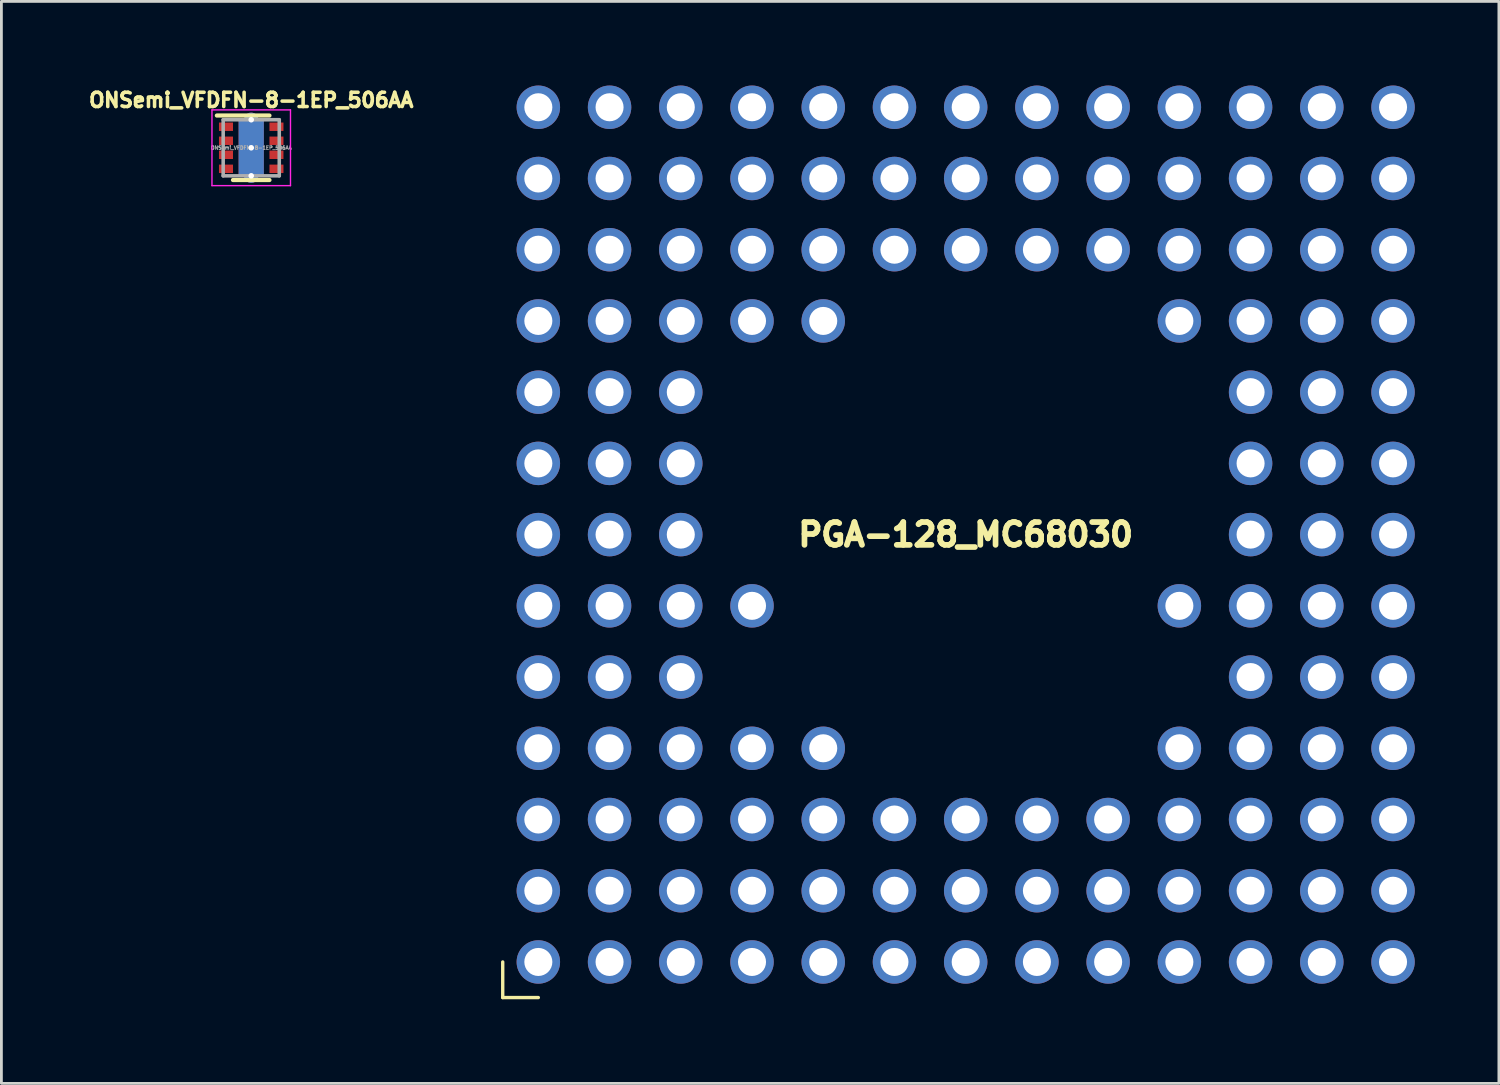
<source format=kicad_pcb>
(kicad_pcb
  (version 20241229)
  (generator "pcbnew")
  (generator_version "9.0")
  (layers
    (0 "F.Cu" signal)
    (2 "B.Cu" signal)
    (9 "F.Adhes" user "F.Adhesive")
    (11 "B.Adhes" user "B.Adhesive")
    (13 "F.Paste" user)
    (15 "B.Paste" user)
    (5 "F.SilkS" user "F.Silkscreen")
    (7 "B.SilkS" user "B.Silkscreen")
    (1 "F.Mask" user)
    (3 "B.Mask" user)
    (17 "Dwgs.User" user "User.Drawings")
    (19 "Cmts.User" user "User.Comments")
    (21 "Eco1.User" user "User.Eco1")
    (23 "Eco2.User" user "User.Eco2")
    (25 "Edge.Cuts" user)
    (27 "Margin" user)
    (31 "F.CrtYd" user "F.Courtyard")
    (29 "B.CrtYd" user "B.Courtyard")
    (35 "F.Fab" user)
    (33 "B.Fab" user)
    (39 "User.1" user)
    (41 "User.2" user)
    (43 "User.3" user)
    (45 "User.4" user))
  (footprint "PGA-128_MC68030"
    (layer "F.Cu")
    (at 31.388 16.015)
    (property "Reference" "PGA-128_MC68030" (at 0 0 0) (layer "F.SilkS") (effects (font (size 0.813 0.813) (thickness 0.203))))
    (attr through_hole)
    (fp_line (start -16.51 15.24) (end -16.51 16.51) (stroke (width 0.12) (type solid)) (layer "F.SilkS"))
    (fp_line (start -16.51 16.51) (end -15.24 16.51) (stroke (width 0.12) (type solid)) (layer "F.SilkS"))
    (pad "A1" thru_hole circle (at -15.24 15.24) (size 1.55 1.55) (drill 1) (layers "*.Cu" "*.Mask"))
    (pad "A2" thru_hole circle (at -12.7 15.24) (size 1.55 1.55) (drill 1) (layers "*.Cu" "*.Mask"))
    (pad "A3" thru_hole circle (at -10.16 15.24) (size 1.55 1.55) (drill 1) (layers "*.Cu" "*.Mask"))
    (pad "A4" thru_hole circle (at -7.62 15.24) (size 1.55 1.55) (drill 1) (layers "*.Cu" "*.Mask"))
    (pad "A5" thru_hole circle (at -5.08 15.24) (size 1.55 1.55) (drill 1) (layers "*.Cu" "*.Mask"))
    (pad "A6" thru_hole circle (at -2.54 15.24) (size 1.55 1.55) (drill 1) (layers "*.Cu" "*.Mask"))
    (pad "A7" thru_hole circle (at 0 15.24) (size 1.55 1.55) (drill 1) (layers "*.Cu" "*.Mask"))
    (pad "A8" thru_hole circle (at 2.54 15.24) (size 1.55 1.55) (drill 1) (layers "*.Cu" "*.Mask"))
    (pad "A9" thru_hole circle (at 5.08 15.24) (size 1.55 1.55) (drill 1) (layers "*.Cu" "*.Mask"))
    (pad "A10" thru_hole circle (at 7.62 15.24) (size 1.55 1.55) (drill 1) (layers "*.Cu" "*.Mask"))
    (pad "A11" thru_hole circle (at 10.16 15.24) (size 1.55 1.55) (drill 1) (layers "*.Cu" "*.Mask"))
    (pad "A12" thru_hole circle (at 12.7 15.24) (size 1.55 1.55) (drill 1) (layers "*.Cu" "*.Mask"))
    (pad "A13" thru_hole circle (at 15.24 15.24) (size 1.55 1.55) (drill 1) (layers "*.Cu" "*.Mask"))
    (pad "B1" thru_hole circle (at -15.24 12.7) (size 1.55 1.55) (drill 1) (layers "*.Cu" "*.Mask"))
    (pad "B2" thru_hole circle (at -12.7 12.7) (size 1.55 1.55) (drill 1) (layers "*.Cu" "*.Mask"))
    (pad "B3" thru_hole circle (at -10.16 12.7) (size 1.55 1.55) (drill 1) (layers "*.Cu" "*.Mask"))
    (pad "B4" thru_hole circle (at -7.62 12.7) (size 1.55 1.55) (drill 1) (layers "*.Cu" "*.Mask"))
    (pad "B5" thru_hole circle (at -5.08 12.7) (size 1.55 1.55) (drill 1) (layers "*.Cu" "*.Mask"))
    (pad "B6" thru_hole circle (at -2.54 12.7) (size 1.55 1.55) (drill 1) (layers "*.Cu" "*.Mask"))
    (pad "B7" thru_hole circle (at 0 12.7) (size 1.55 1.55) (drill 1) (layers "*.Cu" "*.Mask"))
    (pad "B8" thru_hole circle (at 2.54 12.7) (size 1.55 1.55) (drill 1) (layers "*.Cu" "*.Mask"))
    (pad "B9" thru_hole circle (at 5.08 12.7) (size 1.55 1.55) (drill 1) (layers "*.Cu" "*.Mask"))
    (pad "B10" thru_hole circle (at 7.62 12.7) (size 1.55 1.55) (drill 1) (layers "*.Cu" "*.Mask"))
    (pad "B11" thru_hole circle (at 10.16 12.7) (size 1.55 1.55) (drill 1) (layers "*.Cu" "*.Mask"))
    (pad "B12" thru_hole circle (at 12.7 12.7) (size 1.55 1.55) (drill 1) (layers "*.Cu" "*.Mask"))
    (pad "B13" thru_hole circle (at 15.24 12.7) (size 1.55 1.55) (drill 1) (layers "*.Cu" "*.Mask"))
    (pad "C1" thru_hole circle (at -15.24 10.16) (size 1.55 1.55) (drill 1) (layers "*.Cu" "*.Mask"))
    (pad "C2" thru_hole circle (at -12.7 10.16) (size 1.55 1.55) (drill 1) (layers "*.Cu" "*.Mask"))
    (pad "C3" thru_hole circle (at -10.16 10.16) (size 1.55 1.55) (drill 1) (layers "*.Cu" "*.Mask"))
    (pad "C4" thru_hole circle (at -7.62 10.16) (size 1.55 1.55) (drill 1) (layers "*.Cu" "*.Mask"))
    (pad "C5" thru_hole circle (at -5.08 10.16) (size 1.55 1.55) (drill 1) (layers "*.Cu" "*.Mask"))
    (pad "C6" thru_hole circle (at -2.54 10.16) (size 1.55 1.55) (drill 1) (layers "*.Cu" "*.Mask"))
    (pad "C7" thru_hole circle (at 0 10.16) (size 1.55 1.55) (drill 1) (layers "*.Cu" "*.Mask"))
    (pad "C8" thru_hole circle (at 2.54 10.16) (size 1.55 1.55) (drill 1) (layers "*.Cu" "*.Mask"))
    (pad "C9" thru_hole circle (at 5.08 10.16) (size 1.55 1.55) (drill 1) (layers "*.Cu" "*.Mask"))
    (pad "C10" thru_hole circle (at 7.62 10.16) (size 1.55 1.55) (drill 1) (layers "*.Cu" "*.Mask"))
    (pad "C11" thru_hole circle (at 10.16 10.16) (size 1.55 1.55) (drill 1) (layers "*.Cu" "*.Mask"))
    (pad "C12" thru_hole circle (at 12.7 10.16) (size 1.55 1.55) (drill 1) (layers "*.Cu" "*.Mask"))
    (pad "C13" thru_hole circle (at 15.24 10.16) (size 1.55 1.55) (drill 1) (layers "*.Cu" "*.Mask"))
    (pad "D1" thru_hole circle (at -15.24 7.62) (size 1.55 1.55) (drill 1) (layers "*.Cu" "*.Mask"))
    (pad "D2" thru_hole circle (at -12.7 7.62) (size 1.55 1.55) (drill 1) (layers "*.Cu" "*.Mask"))
    (pad "D3" thru_hole circle (at -10.16 7.62) (size 1.55 1.55) (drill 1) (layers "*.Cu" "*.Mask"))
    (pad "D4" thru_hole circle (at -7.62 7.62) (size 1.55 1.55) (drill 1) (layers "*.Cu" "*.Mask"))
    (pad "D5" thru_hole circle (at -5.08 7.62) (size 1.55 1.55) (drill 1) (layers "*.Cu" "*.Mask"))
    (pad "D10" thru_hole circle (at 7.62 7.62) (size 1.55 1.55) (drill 1) (layers "*.Cu" "*.Mask"))
    (pad "D11" thru_hole circle (at 10.16 7.62) (size 1.55 1.55) (drill 1) (layers "*.Cu" "*.Mask"))
    (pad "D12" thru_hole circle (at 12.7 7.62) (size 1.55 1.55) (drill 1) (layers "*.Cu" "*.Mask"))
    (pad "D13" thru_hole circle (at 15.24 7.62) (size 1.55 1.55) (drill 1) (layers "*.Cu" "*.Mask"))
    (pad "E1" thru_hole circle (at -15.24 5.08) (size 1.55 1.55) (drill 1) (layers "*.Cu" "*.Mask"))
    (pad "E2" thru_hole circle (at -12.7 5.08) (size 1.55 1.55) (drill 1) (layers "*.Cu" "*.Mask"))
    (pad "E3" thru_hole circle (at -10.16 5.08) (size 1.55 1.55) (drill 1) (layers "*.Cu" "*.Mask"))
    (pad "E11" thru_hole circle (at 10.16 5.08) (size 1.55 1.55) (drill 1) (layers "*.Cu" "*.Mask"))
    (pad "E12" thru_hole circle (at 12.7 5.08) (size 1.55 1.55) (drill 1) (layers "*.Cu" "*.Mask"))
    (pad "E13" thru_hole circle (at 15.24 5.08) (size 1.55 1.55) (drill 1) (layers "*.Cu" "*.Mask"))
    (pad "F1" thru_hole circle (at -15.24 2.54) (size 1.55 1.55) (drill 1) (layers "*.Cu" "*.Mask"))
    (pad "F2" thru_hole circle (at -12.7 2.54) (size 1.55 1.55) (drill 1) (layers "*.Cu" "*.Mask"))
    (pad "F3" thru_hole circle (at -10.16 2.54) (size 1.55 1.55) (drill 1) (layers "*.Cu" "*.Mask"))
    (pad "F4" thru_hole circle (at -7.62 2.54) (size 1.55 1.55) (drill 1) (layers "*.Cu" "*.Mask"))
    (pad "F10" thru_hole circle (at 7.62 2.54) (size 1.55 1.55) (drill 1) (layers "*.Cu" "*.Mask"))
    (pad "F11" thru_hole circle (at 10.16 2.54) (size 1.55 1.55) (drill 1) (layers "*.Cu" "*.Mask"))
    (pad "F12" thru_hole circle (at 12.7 2.54) (size 1.55 1.55) (drill 1) (layers "*.Cu" "*.Mask"))
    (pad "F13" thru_hole circle (at 15.24 2.54) (size 1.55 1.55) (drill 1) (layers "*.Cu" "*.Mask"))
    (pad "G1" thru_hole circle (at -15.24 0) (size 1.55 1.55) (drill 1) (layers "*.Cu" "*.Mask"))
    (pad "G2" thru_hole circle (at -12.7 0) (size 1.55 1.55) (drill 1) (layers "*.Cu" "*.Mask"))
    (pad "G3" thru_hole circle (at -10.16 0) (size 1.55 1.55) (drill 1) (layers "*.Cu" "*.Mask"))
    (pad "G11" thru_hole circle (at 10.16 0) (size 1.55 1.55) (drill 1) (layers "*.Cu" "*.Mask"))
    (pad "G12" thru_hole circle (at 12.7 0) (size 1.55 1.55) (drill 1) (layers "*.Cu" "*.Mask"))
    (pad "G13" thru_hole circle (at 15.24 0) (size 1.55 1.55) (drill 1) (layers "*.Cu" "*.Mask"))
    (pad "H1" thru_hole circle (at -15.24 -2.54) (size 1.55 1.55) (drill 1) (layers "*.Cu" "*.Mask"))
    (pad "H2" thru_hole circle (at -12.7 -2.54) (size 1.55 1.55) (drill 1) (layers "*.Cu" "*.Mask"))
    (pad "H3" thru_hole circle (at -10.16 -2.54) (size 1.55 1.55) (drill 1) (layers "*.Cu" "*.Mask"))
    (pad "H11" thru_hole circle (at 10.16 -2.54) (size 1.55 1.55) (drill 1) (layers "*.Cu" "*.Mask"))
    (pad "H12" thru_hole circle (at 12.7 -2.54) (size 1.55 1.55) (drill 1) (layers "*.Cu" "*.Mask"))
    (pad "H13" thru_hole circle (at 15.24 -2.54) (size 1.55 1.55) (drill 1) (layers "*.Cu" "*.Mask"))
    (pad "J1" thru_hole circle (at -15.24 -5.08) (size 1.55 1.55) (drill 1) (layers "*.Cu" "*.Mask"))
    (pad "J2" thru_hole circle (at -12.7 -5.08) (size 1.55 1.55) (drill 1) (layers "*.Cu" "*.Mask"))
    (pad "J3" thru_hole circle (at -10.16 -5.08) (size 1.55 1.55) (drill 1) (layers "*.Cu" "*.Mask"))
    (pad "J11" thru_hole circle (at 10.16 -5.08) (size 1.55 1.55) (drill 1) (layers "*.Cu" "*.Mask"))
    (pad "J12" thru_hole circle (at 12.7 -5.08) (size 1.55 1.55) (drill 1) (layers "*.Cu" "*.Mask"))
    (pad "J13" thru_hole circle (at 15.24 -5.08) (size 1.55 1.55) (drill 1) (layers "*.Cu" "*.Mask"))
    (pad "K1" thru_hole circle (at -15.24 -7.62) (size 1.55 1.55) (drill 1) (layers "*.Cu" "*.Mask"))
    (pad "K2" thru_hole circle (at -12.7 -7.62) (size 1.55 1.55) (drill 1) (layers "*.Cu" "*.Mask"))
    (pad "K3" thru_hole circle (at -10.16 -7.62) (size 1.55 1.55) (drill 1) (layers "*.Cu" "*.Mask"))
    (pad "K4" thru_hole circle (at -7.62 -7.62) (size 1.55 1.55) (drill 1) (layers "*.Cu" "*.Mask"))
    (pad "K5" thru_hole circle (at -5.08 -7.62) (size 1.55 1.55) (drill 1) (layers "*.Cu" "*.Mask"))
    (pad "K10" thru_hole circle (at 7.62 -7.62) (size 1.55 1.55) (drill 1) (layers "*.Cu" "*.Mask"))
    (pad "K11" thru_hole circle (at 10.16 -7.62) (size 1.55 1.55) (drill 1) (layers "*.Cu" "*.Mask"))
    (pad "K12" thru_hole circle (at 12.7 -7.62) (size 1.55 1.55) (drill 1) (layers "*.Cu" "*.Mask"))
    (pad "K13" thru_hole circle (at 15.24 -7.62) (size 1.55 1.55) (drill 1) (layers "*.Cu" "*.Mask"))
    (pad "L1" thru_hole circle (at -15.24 -10.16) (size 1.55 1.55) (drill 1) (layers "*.Cu" "*.Mask"))
    (pad "L2" thru_hole circle (at -12.7 -10.16) (size 1.55 1.55) (drill 1) (layers "*.Cu" "*.Mask"))
    (pad "L3" thru_hole circle (at -10.16 -10.16) (size 1.55 1.55) (drill 1) (layers "*.Cu" "*.Mask"))
    (pad "L4" thru_hole circle (at -7.62 -10.16) (size 1.55 1.55) (drill 1) (layers "*.Cu" "*.Mask"))
    (pad "L5" thru_hole circle (at -5.08 -10.16) (size 1.55 1.55) (drill 1) (layers "*.Cu" "*.Mask"))
    (pad "L6" thru_hole circle (at -2.54 -10.16) (size 1.55 1.55) (drill 1) (layers "*.Cu" "*.Mask"))
    (pad "L7" thru_hole circle (at 0 -10.16) (size 1.55 1.55) (drill 1) (layers "*.Cu" "*.Mask"))
    (pad "L8" thru_hole circle (at 2.54 -10.16) (size 1.55 1.55) (drill 1) (layers "*.Cu" "*.Mask"))
    (pad "L9" thru_hole circle (at 5.08 -10.16) (size 1.55 1.55) (drill 1) (layers "*.Cu" "*.Mask"))
    (pad "L10" thru_hole circle (at 7.62 -10.16) (size 1.55 1.55) (drill 1) (layers "*.Cu" "*.Mask"))
    (pad "L11" thru_hole circle (at 10.16 -10.16) (size 1.55 1.55) (drill 1) (layers "*.Cu" "*.Mask"))
    (pad "L12" thru_hole circle (at 12.7 -10.16) (size 1.55 1.55) (drill 1) (layers "*.Cu" "*.Mask"))
    (pad "L13" thru_hole circle (at 15.24 -10.16) (size 1.55 1.55) (drill 1) (layers "*.Cu" "*.Mask"))
    (pad "M1" thru_hole circle (at -15.24 -12.7) (size 1.55 1.55) (drill 1) (layers "*.Cu" "*.Mask"))
    (pad "M2" thru_hole circle (at -12.7 -12.7) (size 1.55 1.55) (drill 1) (layers "*.Cu" "*.Mask"))
    (pad "M3" thru_hole circle (at -10.16 -12.7) (size 1.55 1.55) (drill 1) (layers "*.Cu" "*.Mask"))
    (pad "M4" thru_hole circle (at -7.62 -12.7) (size 1.55 1.55) (drill 1) (layers "*.Cu" "*.Mask"))
    (pad "M5" thru_hole circle (at -5.08 -12.7) (size 1.55 1.55) (drill 1) (layers "*.Cu" "*.Mask"))
    (pad "M6" thru_hole circle (at -2.54 -12.7) (size 1.55 1.55) (drill 1) (layers "*.Cu" "*.Mask"))
    (pad "M7" thru_hole circle (at 0 -12.7) (size 1.55 1.55) (drill 1) (layers "*.Cu" "*.Mask"))
    (pad "M8" thru_hole circle (at 2.54 -12.7) (size 1.55 1.55) (drill 1) (layers "*.Cu" "*.Mask"))
    (pad "M9" thru_hole circle (at 5.08 -12.7) (size 1.55 1.55) (drill 1) (layers "*.Cu" "*.Mask"))
    (pad "M10" thru_hole circle (at 7.62 -12.7) (size 1.55 1.55) (drill 1) (layers "*.Cu" "*.Mask"))
    (pad "M11" thru_hole circle (at 10.16 -12.7) (size 1.55 1.55) (drill 1) (layers "*.Cu" "*.Mask"))
    (pad "M12" thru_hole circle (at 12.7 -12.7) (size 1.55 1.55) (drill 1) (layers "*.Cu" "*.Mask"))
    (pad "M13" thru_hole circle (at 15.24 -12.7) (size 1.55 1.55) (drill 1) (layers "*.Cu" "*.Mask"))
    (pad "N1" thru_hole circle (at -15.24 -15.24) (size 1.55 1.55) (drill 1) (layers "*.Cu" "*.Mask"))
    (pad "N2" thru_hole circle (at -12.7 -15.24) (size 1.55 1.55) (drill 1) (layers "*.Cu" "*.Mask"))
    (pad "N3" thru_hole circle (at -10.16 -15.24) (size 1.55 1.55) (drill 1) (layers "*.Cu" "*.Mask"))
    (pad "N4" thru_hole circle (at -7.62 -15.24) (size 1.55 1.55) (drill 1) (layers "*.Cu" "*.Mask"))
    (pad "N5" thru_hole circle (at -5.08 -15.24) (size 1.55 1.55) (drill 1) (layers "*.Cu" "*.Mask"))
    (pad "N6" thru_hole circle (at -2.54 -15.24) (size 1.55 1.55) (drill 1) (layers "*.Cu" "*.Mask"))
    (pad "N7" thru_hole circle (at 0 -15.24) (size 1.55 1.55) (drill 1) (layers "*.Cu" "*.Mask"))
    (pad "N8" thru_hole circle (at 2.54 -15.24) (size 1.55 1.55) (drill 1) (layers "*.Cu" "*.Mask"))
    (pad "N9" thru_hole circle (at 5.08 -15.24) (size 1.55 1.55) (drill 1) (layers "*.Cu" "*.Mask"))
    (pad "N10" thru_hole circle (at 7.62 -15.24) (size 1.55 1.55) (drill 1) (layers "*.Cu" "*.Mask"))
    (pad "N11" thru_hole circle (at 10.16 -15.24) (size 1.55 1.55) (drill 1) (layers "*.Cu" "*.Mask"))
    (pad "N12" thru_hole circle (at 12.7 -15.24) (size 1.55 1.55) (drill 1) (layers "*.Cu" "*.Mask"))
    (pad "N13" thru_hole circle (at 15.24 -15.24) (size 1.55 1.55) (drill 1) (layers "*.Cu" "*.Mask")))
  (footprint "ONSemi_VFDFN-8-1EP_506AA"
    (layer "F.Cu")
    (at 5.909 2.22)
    (property "Reference" "ONSemi_VFDFN-8-1EP_506AA" (at 0 -1.7 0) (layer "F.SilkS") (effects (font (size 0.508 0.508) (thickness 0.127))))
    (attr smd)
    (fp_line (start -1.225 -1.15) (end 0.65 -1.15) (stroke (width 0.15) (type solid)) (layer "F.SilkS"))
    (fp_line (start -0.65 1.15) (end 0.65 1.15) (stroke (width 0.15) (type solid)) (layer "F.SilkS"))
    (fp_line (start -1.4 -1.35) (end -1.4 1.35) (stroke (width 0.05) (type solid)) (layer "F.CrtYd"))
    (fp_line (start -1.4 -1.35) (end 1.4 -1.35) (stroke (width 0.05) (type solid)) (layer "F.CrtYd"))
    (fp_line (start -1.4 1.35) (end 1.4 1.35) (stroke (width 0.05) (type solid)) (layer "F.CrtYd"))
    (fp_line (start 1.4 -1.35) (end 1.4 1.35) (stroke (width 0.05) (type solid)) (layer "F.CrtYd"))
    (fp_line (start -1 -1) (end 1 -1) (stroke (width 0.127) (type solid)) (layer "F.Fab"))
    (fp_line (start -1 1) (end -1 -1) (stroke (width 0.127) (type solid)) (layer "F.Fab"))
    (fp_line (start 1 -1) (end 1 1) (stroke (width 0.127) (type solid)) (layer "F.Fab"))
    (fp_line (start 1 1) (end -1 1) (stroke (width 0.127) (type solid)) (layer "F.Fab"))
    (fp_text user "${REFERENCE}" (at 0 0 0) (layer "F.Fab") (effects (font (size 0.127 0.127) (thickness 0.032))))
    (pad "" smd rect (at 0 -0.325) (size 0.9 0.65) (layers "F.Paste"))
    (pad "" smd rect (at 0 0.325) (size 0.9 0.65) (layers "F.Paste"))
    (pad "1" smd rect (at -0.9 -0.75) (size 0.5 0.3) (layers "F.Cu" "F.Mask" "F.Paste"))
    (pad "2" smd rect (at -0.9 -0.25) (size 0.5 0.3) (layers "F.Cu" "F.Mask" "F.Paste"))
    (pad "3" smd rect (at -0.9 0.25) (size 0.5 0.3) (layers "F.Cu" "F.Mask" "F.Paste"))
    (pad "4" smd rect (at -0.9 0.75) (size 0.5 0.3) (layers "F.Cu" "F.Mask" "F.Paste"))
    (pad "5" smd rect (at 0.9 0.75) (size 0.5 0.3) (layers "F.Cu" "F.Mask" "F.Paste"))
    (pad "6" smd rect (at 0.9 0.25) (size 0.5 0.3) (layers "F.Cu" "F.Mask" "F.Paste"))
    (pad "7" smd rect (at 0.9 -0.25) (size 0.5 0.3) (layers "F.Cu" "F.Mask" "F.Paste"))
    (pad "8" smd rect (at 0.9 -0.75) (size 0.5 0.3) (layers "F.Cu" "F.Mask" "F.Paste"))
    (pad "9" thru_hole circle (at 0 -1) (size 0.508 0.508) (drill 0.2) (layers "*.Cu"))
    (pad "9" smd rect (at 0 -0.825) (size 0.9 0.35) (layers "F.Cu"))
    (pad "9" thru_hole circle (at 0 0) (size 0.508 0.508) (drill 0.2) (layers "*.Cu"))
    (pad "9" smd rect (at 0 0) (size 0.9 1.3) (layers "F.Cu" "F.Mask"))
    (pad "9" smd rect (at 0 0) (size 0.9 2) (layers "B.Cu" "B.Mask"))
    (pad "9" smd rect (at 0 0.825) (size 0.9 0.35) (layers "F.Cu"))
    (pad "9" thru_hole circle (at 0 1) (size 0.508 0.508) (drill 0.2) (layers "*.Cu")))
  (gr_rect
    (start -3 -3)
    (end 50.403 35.585)
    (stroke (width 0.1) (type default))
    (fill no)
    (layer "Edge.Cuts")))
</source>
